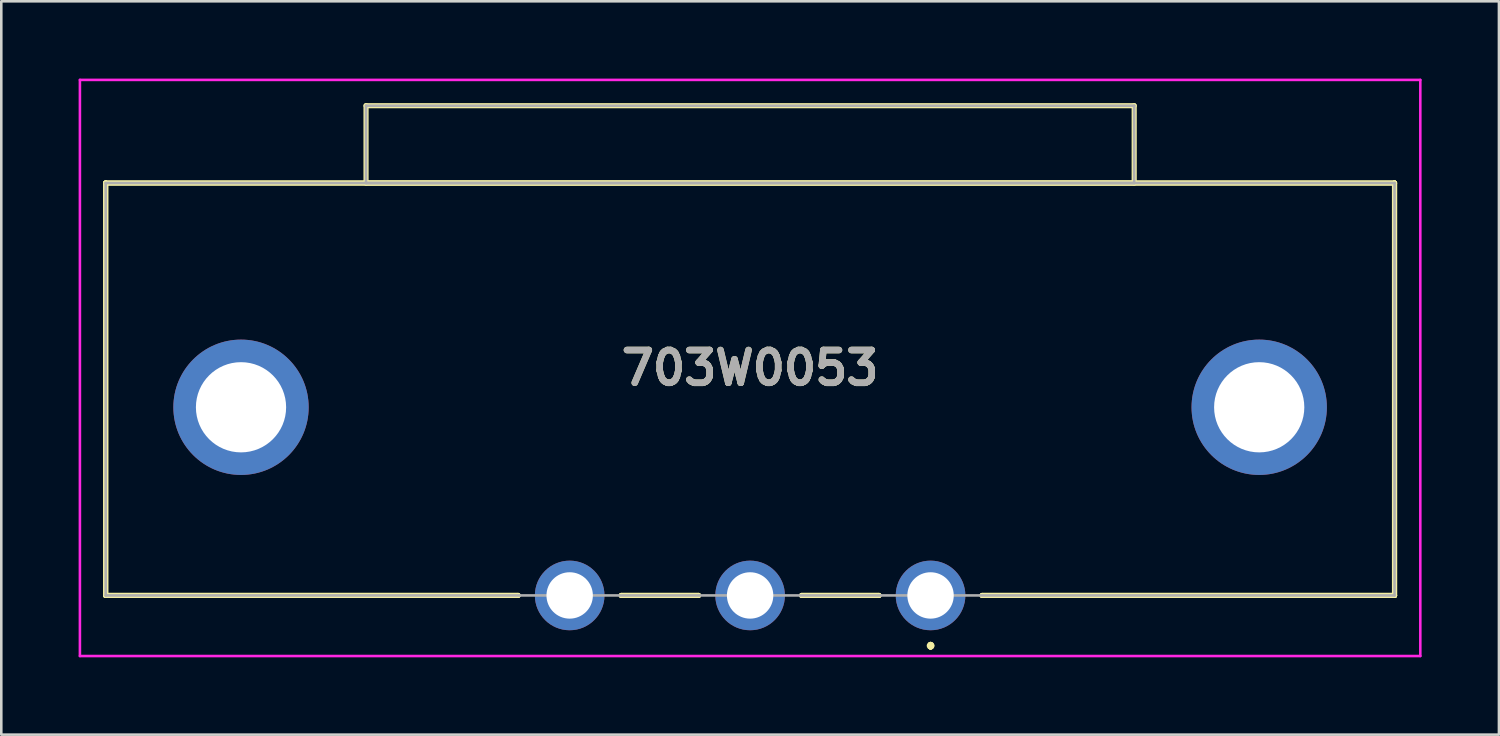
<source format=kicad_pcb>
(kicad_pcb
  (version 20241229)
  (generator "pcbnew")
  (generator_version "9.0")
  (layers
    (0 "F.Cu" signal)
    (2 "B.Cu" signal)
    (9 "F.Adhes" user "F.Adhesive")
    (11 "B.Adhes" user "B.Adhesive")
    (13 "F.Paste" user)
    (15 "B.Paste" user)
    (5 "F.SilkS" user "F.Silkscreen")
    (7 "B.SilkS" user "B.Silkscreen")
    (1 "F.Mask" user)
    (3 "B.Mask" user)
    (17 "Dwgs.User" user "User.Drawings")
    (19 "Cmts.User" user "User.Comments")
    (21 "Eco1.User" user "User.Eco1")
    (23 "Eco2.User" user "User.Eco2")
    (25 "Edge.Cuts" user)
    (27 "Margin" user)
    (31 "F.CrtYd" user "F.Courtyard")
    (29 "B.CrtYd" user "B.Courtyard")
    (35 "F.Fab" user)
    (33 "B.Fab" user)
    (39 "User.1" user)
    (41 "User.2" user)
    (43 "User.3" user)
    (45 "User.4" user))
  (footprint "703W0053"
    (layer "F.Cu")
    (at 33.05 20.05)
    (property "Reference" "703W0053" (at -7 -8.825 0) (layer "F.SilkS") (effects (font (size 1.27 1.27) (thickness 0.254))))
    (attr through_hole)
    (fp_line (start -32 -16) (end -32 -16) (stroke (width 0.2) (type solid)) (layer "F.SilkS"))
    (fp_line (start -32 -16) (end -32 -16) (stroke (width 0.2) (type solid)) (layer "F.SilkS"))
    (fp_line (start -32 -16) (end -32 0) (stroke (width 0.2) (type solid)) (layer "F.SilkS"))
    (fp_line (start -32 -16) (end 18 -16) (stroke (width 0.2) (type solid)) (layer "F.SilkS"))
    (fp_line (start -32 0) (end -32 -16) (stroke (width 0.2) (type solid)) (layer "F.SilkS"))
    (fp_line (start -32 0) (end -32 0) (stroke (width 0.2) (type solid)) (layer "F.SilkS"))
    (fp_line (start -32 0) (end -32 0) (stroke (width 0.2) (type solid)) (layer "F.SilkS"))
    (fp_line (start -32 0) (end -16 0) (stroke (width 0.2) (type solid)) (layer "F.SilkS"))
    (fp_line (start -21.9 -19) (end -21.9 -16) (stroke (width 0.2) (type solid)) (layer "F.SilkS"))
    (fp_line (start -21.9 -16) (end 7.9 -16) (stroke (width 0.2) (type solid)) (layer "F.SilkS"))
    (fp_line (start -16 0) (end -32 0) (stroke (width 0.2) (type solid)) (layer "F.SilkS"))
    (fp_line (start -16 0) (end -16 0) (stroke (width 0.2) (type solid)) (layer "F.SilkS"))
    (fp_line (start -12 0) (end -12 0) (stroke (width 0.2) (type solid)) (layer "F.SilkS"))
    (fp_line (start -12 0) (end -9 0) (stroke (width 0.2) (type solid)) (layer "F.SilkS"))
    (fp_line (start -9 0) (end -12 0) (stroke (width 0.2) (type solid)) (layer "F.SilkS"))
    (fp_line (start -9 0) (end -9 0) (stroke (width 0.2) (type solid)) (layer "F.SilkS"))
    (fp_line (start -5 0) (end -5 0) (stroke (width 0.2) (type solid)) (layer "F.SilkS"))
    (fp_line (start -5 0) (end -2 0) (stroke (width 0.2) (type solid)) (layer "F.SilkS"))
    (fp_line (start -2 0) (end -5 0) (stroke (width 0.2) (type solid)) (layer "F.SilkS"))
    (fp_line (start -2 0) (end -2 0) (stroke (width 0.2) (type solid)) (layer "F.SilkS"))
    (fp_line (start 0 1.9) (end 0 1.9) (stroke (width 0.2) (type solid)) (layer "F.SilkS"))
    (fp_line (start 0 2) (end 0 2) (stroke (width 0.2) (type solid)) (layer "F.SilkS"))
    (fp_line (start 0 2) (end 0 2) (stroke (width 0.2) (type solid)) (layer "F.SilkS"))
    (fp_line (start 2 0) (end 2 0) (stroke (width 0.2) (type solid)) (layer "F.SilkS"))
    (fp_line (start 2 0) (end 18 0) (stroke (width 0.2) (type solid)) (layer "F.SilkS"))
    (fp_line (start 7.9 -19) (end -21.9 -19) (stroke (width 0.2) (type solid)) (layer "F.SilkS"))
    (fp_line (start 7.9 -16) (end 7.9 -19) (stroke (width 0.2) (type solid)) (layer "F.SilkS"))
    (fp_line (start 18 -16) (end -32 -16) (stroke (width 0.2) (type solid)) (layer "F.SilkS"))
    (fp_line (start 18 -16) (end 18 -16) (stroke (width 0.2) (type solid)) (layer "F.SilkS"))
    (fp_line (start 18 -16) (end 18 -16) (stroke (width 0.2) (type solid)) (layer "F.SilkS"))
    (fp_line (start 18 -16) (end 18 0) (stroke (width 0.2) (type solid)) (layer "F.SilkS"))
    (fp_line (start 18 0) (end 2 0) (stroke (width 0.2) (type solid)) (layer "F.SilkS"))
    (fp_line (start 18 0) (end 18 -16) (stroke (width 0.2) (type solid)) (layer "F.SilkS"))
    (fp_line (start 18 0) (end 18 0) (stroke (width 0.2) (type solid)) (layer "F.SilkS"))
    (fp_line (start 18 0) (end 18 0) (stroke (width 0.2) (type solid)) (layer "F.SilkS"))
    (fp_arc (start 0 1.9) (mid 0.05 1.95) (end 0 2) (stroke (width 0.2) (type solid)) (layer "F.SilkS"))
    (fp_arc (start 0 1.9) (mid 0.05 1.95) (end 0 2) (stroke (width 0.2) (type solid)) (layer "F.SilkS"))
    (fp_arc (start 0 2) (mid -0.05 1.95) (end 0 1.9) (stroke (width 0.2) (type solid)) (layer "F.SilkS"))
    (fp_line (start -33 -20) (end 19 -20) (stroke (width 0.1) (type solid)) (layer "F.CrtYd"))
    (fp_line (start -33 2.35) (end -33 -20) (stroke (width 0.1) (type solid)) (layer "F.CrtYd"))
    (fp_line (start 19 -20) (end 19 2.35) (stroke (width 0.1) (type solid)) (layer "F.CrtYd"))
    (fp_line (start 19 2.35) (end -33 2.35) (stroke (width 0.1) (type solid)) (layer "F.CrtYd"))
    (fp_line (start -32 -16) (end -32 0) (stroke (width 0.1) (type solid)) (layer "F.Fab"))
    (fp_line (start -32 0) (end 18 0) (stroke (width 0.1) (type solid)) (layer "F.Fab"))
    (fp_line (start -21.9 -19) (end 7.9 -19) (stroke (width 0.1) (type solid)) (layer "F.Fab"))
    (fp_line (start -21.9 -16) (end -21.9 -19) (stroke (width 0.1) (type solid)) (layer "F.Fab"))
    (fp_line (start 7.9 -19) (end 7.9 -16) (stroke (width 0.1) (type solid)) (layer "F.Fab"))
    (fp_line (start 7.9 -16) (end -21.9 -16) (stroke (width 0.1) (type solid)) (layer "F.Fab"))
    (fp_line (start 18 -16) (end -32 -16) (stroke (width 0.1) (type solid)) (layer "F.Fab"))
    (fp_line (start 18 0) (end 18 -16) (stroke (width 0.1) (type solid)) (layer "F.Fab"))
    (fp_text user "${REFERENCE}" (at -7 -8.825 0) (layer "F.Fab") (effects (font (size 1.27 1.27) (thickness 0.254))))
    (pad "1" thru_hole circle (at 0 0) (size 2.7 2.7) (drill 1.8) (layers "*.Cu" "*.Mask"))
    (pad "2" thru_hole circle (at -7 0) (size 2.7 2.7) (drill 1.8) (layers "*.Cu" "*.Mask"))
    (pad "3" thru_hole circle (at -14 0) (size 2.7 2.7) (drill 1.8) (layers "*.Cu" "*.Mask"))
    (pad "MH1" thru_hole circle (at 12.75 -7.3) (size 5.25 5.25) (drill 3.5) (layers "*.Cu" "*.Mask"))
    (pad "MH2" thru_hole circle (at -26.75 -7.3) (size 5.25 5.25) (drill 3.5) (layers "*.Cu" "*.Mask")))
  (gr_rect
    (start -3 -3)
    (end 55.1 25.45)
    (stroke (width 0.1) (type default))
    (fill no)
    (layer "Edge.Cuts")))
</source>
